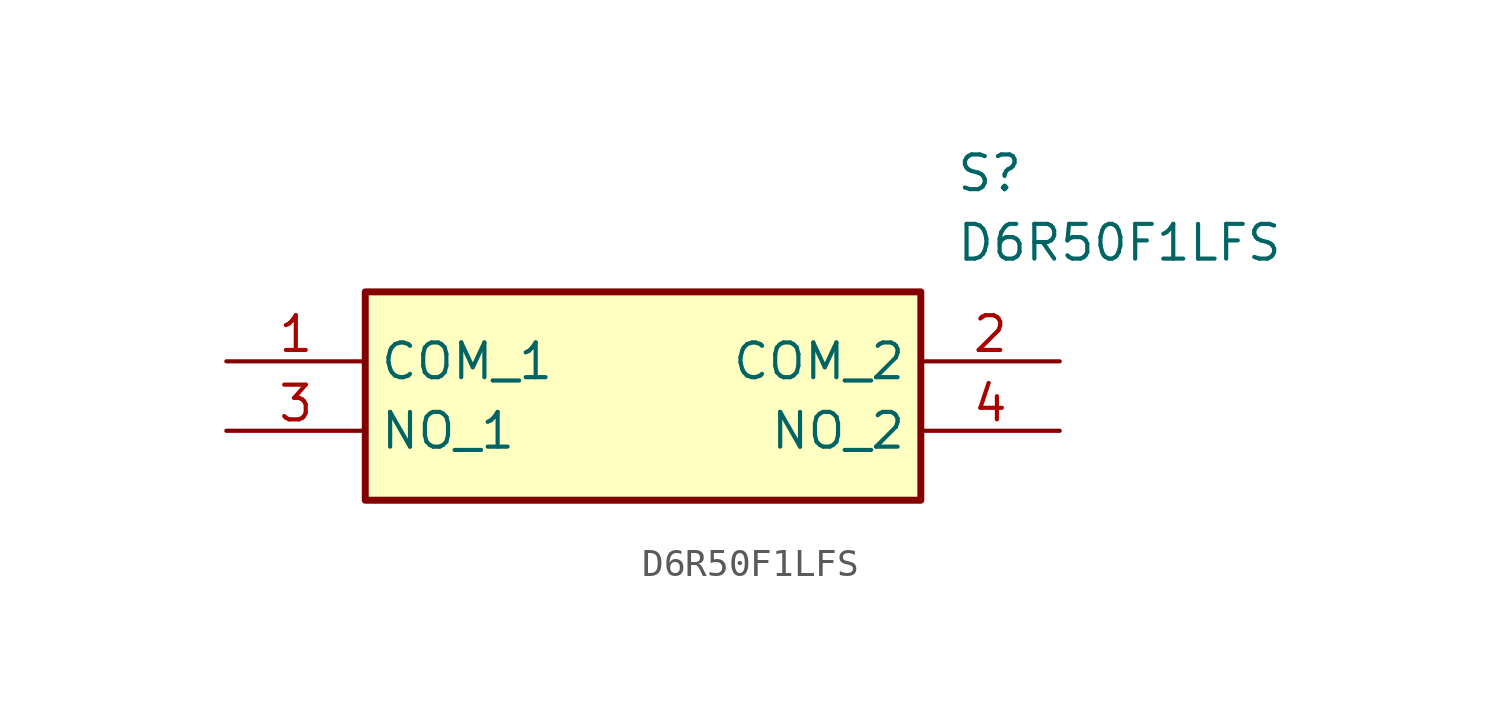
<source format=kicad_sym>
(kicad_symbol_lib
  (version 20211014)
  (generator SamacSys_ECAD_Model)
  (symbol "D6R50F1LFS"
    (property "Reference" "S"
      (at 26.67 7.62 0)
      (effects (font (size 1.27 1.27)) (justify left top)))
    (property "Value" "D6R50F1LFS"
      (at 26.67 5.08 0)
      (effects (font (size 1.27 1.27)) (justify left top)))
    (rectangle
      (start 5.08 2.54)
      (end 25.4 -5.08)
      (stroke (width 0.254) (type default))
      (fill (type background)))
    (pin passive line
      (at 0 0 0)
      (length 5.08)
      (name "COM_1" (effects (font (size 1.27 1.27))))
      (number "1" (effects (font (size 1.27 1.27)))))
    (pin passive line
      (at 30.48 0 180)
      (length 5.08)
      (name "COM_2" (effects (font (size 1.27 1.27))))
      (number "2" (effects (font (size 1.27 1.27)))))
    (pin passive line
      (at 0 -2.54 0)
      (length 5.08)
      (name "NO_1" (effects (font (size 1.27 1.27))))
      (number "3" (effects (font (size 1.27 1.27)))))
    (pin passive line
      (at 30.48 -2.54 180)
      (length 5.08)
      (name "NO_2" (effects (font (size 1.27 1.27))))
      (number "4" (effects (font (size 1.27 1.27)))))))
</source>
